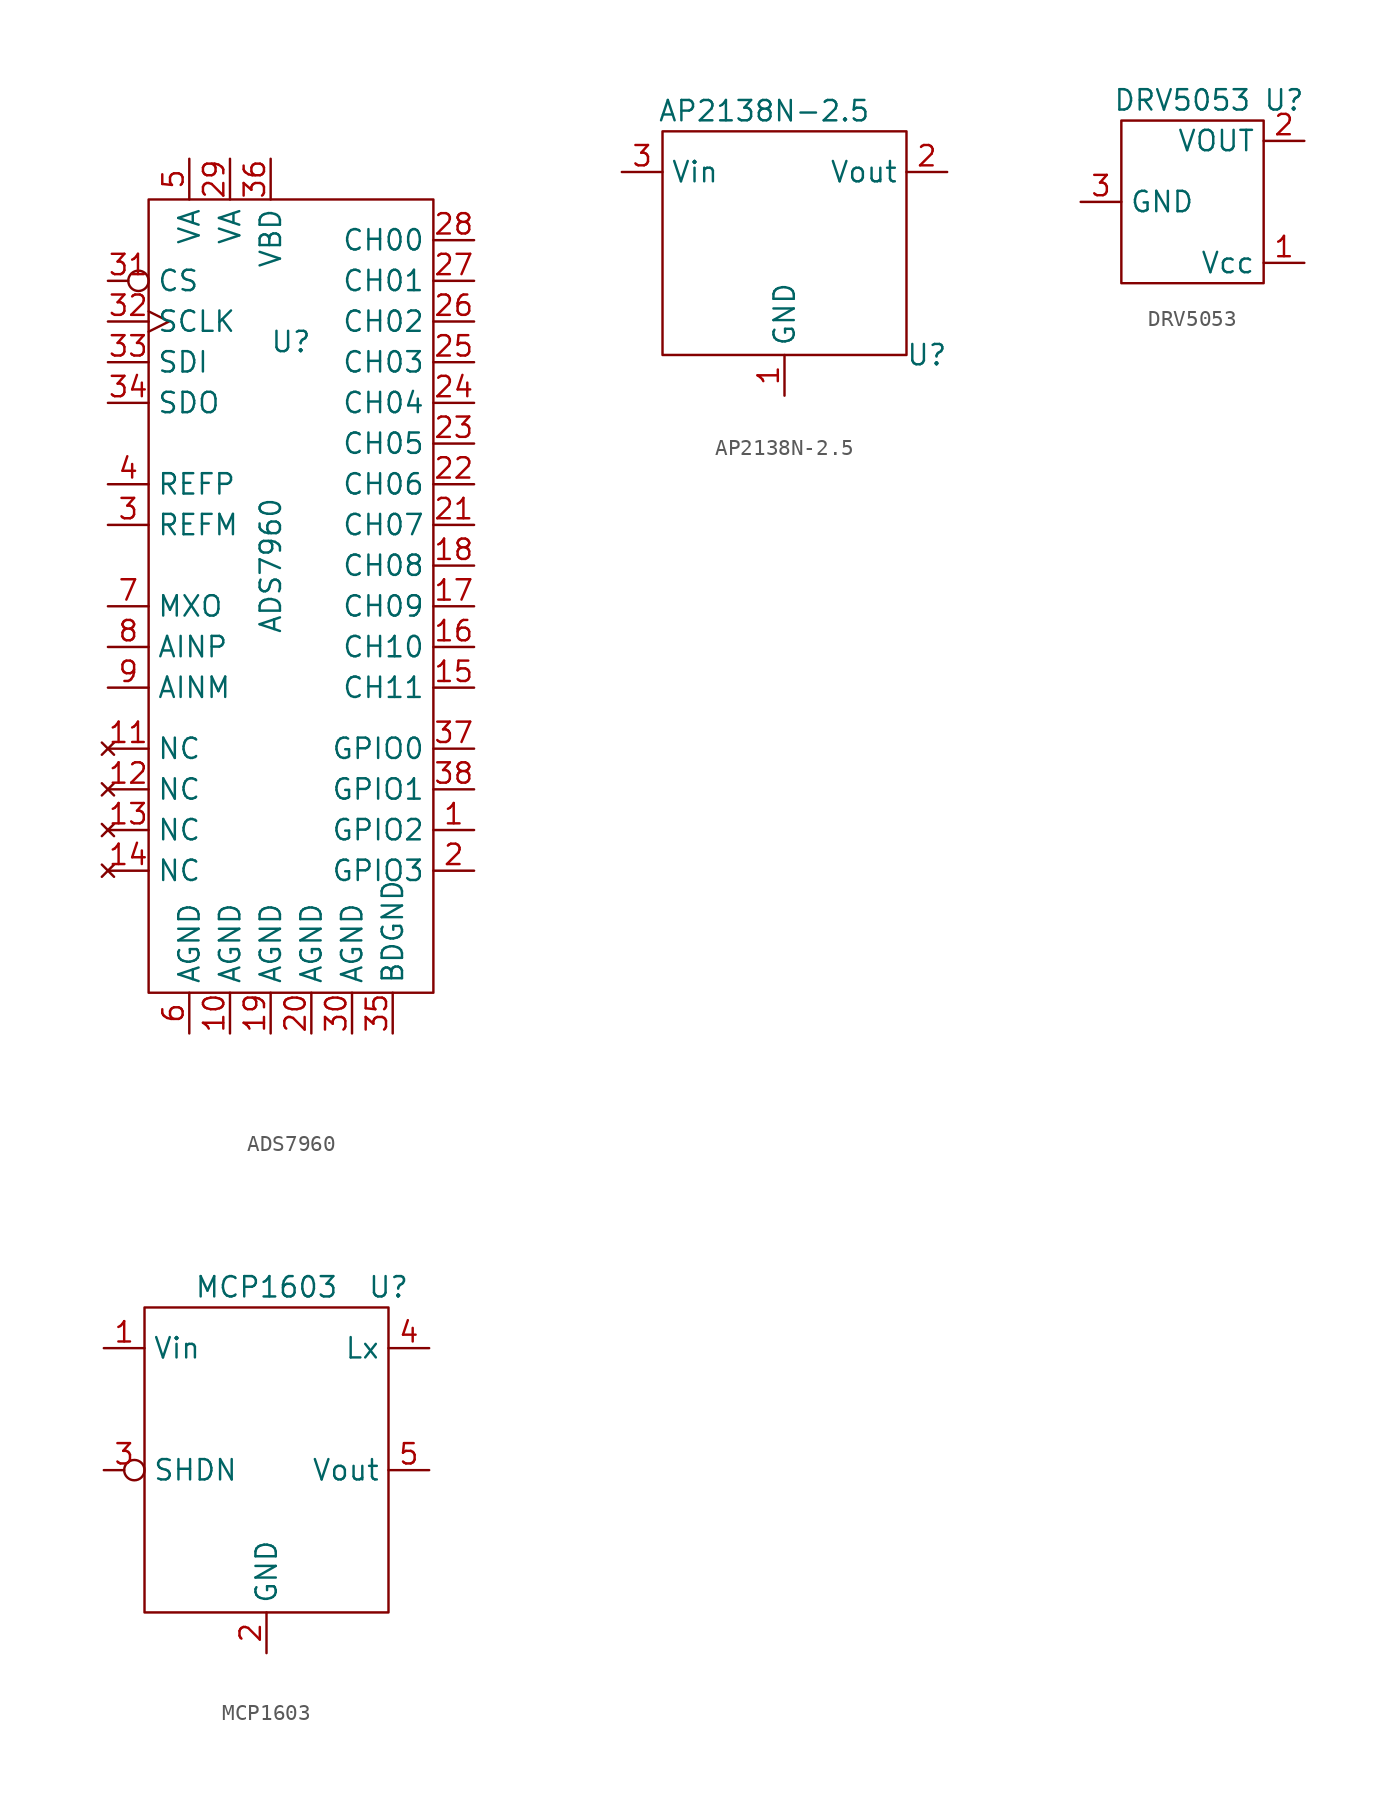
<source format=kicad_sym>
(kicad_symbol_lib
  (version 20211014)
  (generator kicad_symbol_editor)
  (symbol "ADS7960"
    (property "Reference" "U"
      (at 0 0 0)
      (effects (font (size 1.27 1.27))))
    (property "Value" "ADS7960"
      (at -1.27 -13.97 90)
      (effects (font (size 1.27 1.27))))
    (symbol "ADS7960_0_1"
      (rectangle (start -8.89 8.89) (end 8.89 -40.64) (stroke (width 0) (type default) (color 0 0 0 0)) (fill (type none))))
    (symbol "ADS7960_1_1"
      (pin bidirectional line (at 11.43 -30.48 180) (length 2.54) (name "GPIO2" (effects (font (size 1.27 1.27)))) (number "1" (effects (font (size 1.27 1.27)))))
      (pin power_in line (at -3.81 -43.18 90) (length 2.54) (name "AGND" (effects (font (size 1.27 1.27)))) (number "10" (effects (font (size 1.27 1.27)))))
      (pin no_connect line (at -11.43 -25.4 0) (length 2.54) (name "NC" (effects (font (size 1.27 1.27)))) (number "11" (effects (font (size 1.27 1.27)))))
      (pin no_connect line (at -11.43 -27.94 0) (length 2.54) (name "NC" (effects (font (size 1.27 1.27)))) (number "12" (effects (font (size 1.27 1.27)))))
      (pin no_connect line (at -11.43 -30.48 0) (length 2.54) (name "NC" (effects (font (size 1.27 1.27)))) (number "13" (effects (font (size 1.27 1.27)))))
      (pin no_connect line (at -11.43 -33.02 0) (length 2.54) (name "NC" (effects (font (size 1.27 1.27)))) (number "14" (effects (font (size 1.27 1.27)))))
      (pin input line (at 11.43 -21.59 180) (length 2.54) (name "CH11" (effects (font (size 1.27 1.27)))) (number "15" (effects (font (size 1.27 1.27)))))
      (pin input line (at 11.43 -19.05 180) (length 2.54) (name "CH10" (effects (font (size 1.27 1.27)))) (number "16" (effects (font (size 1.27 1.27)))))
      (pin input line (at 11.43 -16.51 180) (length 2.54) (name "CH09" (effects (font (size 1.27 1.27)))) (number "17" (effects (font (size 1.27 1.27)))))
      (pin input line (at 11.43 -13.97 180) (length 2.54) (name "CH08" (effects (font (size 1.27 1.27)))) (number "18" (effects (font (size 1.27 1.27)))))
      (pin power_in line (at -1.27 -43.18 90) (length 2.54) (name "AGND" (effects (font (size 1.27 1.27)))) (number "19" (effects (font (size 1.27 1.27)))))
      (pin bidirectional line (at 11.43 -33.02 180) (length 2.54) (name "GPIO3" (effects (font (size 1.27 1.27)))) (number "2" (effects (font (size 1.27 1.27)))))
      (pin power_in line (at 1.27 -43.18 90) (length 2.54) (name "AGND" (effects (font (size 1.27 1.27)))) (number "20" (effects (font (size 1.27 1.27)))))
      (pin input line (at 11.43 -11.43 180) (length 2.54) (name "CH07" (effects (font (size 1.27 1.27)))) (number "21" (effects (font (size 1.27 1.27)))))
      (pin input line (at 11.43 -8.89 180) (length 2.54) (name "CH06" (effects (font (size 1.27 1.27)))) (number "22" (effects (font (size 1.27 1.27)))))
      (pin input line (at 11.43 -6.35 180) (length 2.54) (name "CH05" (effects (font (size 1.27 1.27)))) (number "23" (effects (font (size 1.27 1.27)))))
      (pin input line (at 11.43 -3.81 180) (length 2.54) (name "CH04" (effects (font (size 1.27 1.27)))) (number "24" (effects (font (size 1.27 1.27)))))
      (pin input line (at 11.43 -1.27 180) (length 2.54) (name "CH03" (effects (font (size 1.27 1.27)))) (number "25" (effects (font (size 1.27 1.27)))))
      (pin input line (at 11.43 1.27 180) (length 2.54) (name "CH02" (effects (font (size 1.27 1.27)))) (number "26" (effects (font (size 1.27 1.27)))))
      (pin input line (at 11.43 3.81 180) (length 2.54) (name "CH01" (effects (font (size 1.27 1.27)))) (number "27" (effects (font (size 1.27 1.27)))))
      (pin input line (at 11.43 6.35 180) (length 2.54) (name "CH00" (effects (font (size 1.27 1.27)))) (number "28" (effects (font (size 1.27 1.27)))))
      (pin power_in line (at -3.81 11.43 270) (length 2.54) (name "VA" (effects (font (size 1.27 1.27)))) (number "29" (effects (font (size 1.27 1.27)))))
      (pin bidirectional line (at -11.43 -11.43 0) (length 2.54) (name "REFM" (effects (font (size 1.27 1.27)))) (number "3" (effects (font (size 1.27 1.27)))))
      (pin power_in line (at 3.81 -43.18 90) (length 2.54) (name "AGND" (effects (font (size 1.27 1.27)))) (number "30" (effects (font (size 1.27 1.27)))))
      (pin input inverted (at -11.43 3.81 0) (length 2.54) (name "CS" (effects (font (size 1.27 1.27)))) (number "31" (effects (font (size 1.27 1.27)))))
      (pin input clock (at -11.43 1.27 0) (length 2.54) (name "SCLK" (effects (font (size 1.27 1.27)))) (number "32" (effects (font (size 1.27 1.27)))))
      (pin input line (at -11.43 -1.27 0) (length 2.54) (name "SDI" (effects (font (size 1.27 1.27)))) (number "33" (effects (font (size 1.27 1.27)))))
      (pin output line (at -11.43 -3.81 0) (length 2.54) (name "SDO" (effects (font (size 1.27 1.27)))) (number "34" (effects (font (size 1.27 1.27)))))
      (pin power_in line (at 6.35 -43.18 90) (length 2.54) (name "BDGND" (effects (font (size 1.27 1.27)))) (number "35" (effects (font (size 1.27 1.27)))))
      (pin power_in line (at -1.27 11.43 270) (length 2.54) (name "VBD" (effects (font (size 1.27 1.27)))) (number "36" (effects (font (size 1.27 1.27)))))
      (pin bidirectional line (at 11.43 -25.4 180) (length 2.54) (name "GPIO0" (effects (font (size 1.27 1.27)))) (number "37" (effects (font (size 1.27 1.27)))))
      (pin bidirectional line (at 11.43 -27.94 180) (length 2.54) (name "GPIO1" (effects (font (size 1.27 1.27)))) (number "38" (effects (font (size 1.27 1.27)))))
      (pin bidirectional line (at -11.43 -8.89 0) (length 2.54) (name "REFP" (effects (font (size 1.27 1.27)))) (number "4" (effects (font (size 1.27 1.27)))))
      (pin power_in line (at -6.35 11.43 270) (length 2.54) (name "VA" (effects (font (size 1.27 1.27)))) (number "5" (effects (font (size 1.27 1.27)))))
      (pin power_in line (at -6.35 -43.18 90) (length 2.54) (name "AGND" (effects (font (size 1.27 1.27)))) (number "6" (effects (font (size 1.27 1.27)))))
      (pin bidirectional line (at -11.43 -16.51 0) (length 2.54) (name "MXO" (effects (font (size 1.27 1.27)))) (number "7" (effects (font (size 1.27 1.27)))))
      (pin bidirectional line (at -11.43 -19.05 0) (length 2.54) (name "AINP" (effects (font (size 1.27 1.27)))) (number "8" (effects (font (size 1.27 1.27)))))
      (pin bidirectional line (at -11.43 -21.59 0) (length 2.54) (name "AINM" (effects (font (size 1.27 1.27)))) (number "9" (effects (font (size 1.27 1.27)))))))
  (symbol "AP2138N-2.5"
    (property "Reference" "U"
      (at 8.89 -8.89 0)
      (effects (font (size 1.27 1.27))))
    (property "Value" "AP2138N-2.5"
      (at -1.27 6.35 0)
      (effects (font (size 1.27 1.27))))
    (symbol "AP2138N-2.5_0_1"
      (rectangle (start -7.62 5.08) (end 7.62 -8.89) (stroke (width 0) (type default) (color 0 0 0 0)) (fill (type none))))
    (symbol "AP2138N-2.5_1_1"
      (pin power_in line (at 0 -11.43 90) (length 2.54) (name "GND" (effects (font (size 1.27 1.27)))) (number "1" (effects (font (size 1.27 1.27)))))
      (pin power_out line (at 10.16 2.54 180) (length 2.54) (name "Vout" (effects (font (size 1.27 1.27)))) (number "2" (effects (font (size 1.27 1.27)))))
      (pin power_in line (at -10.16 2.54 0) (length 2.54) (name "Vin" (effects (font (size 1.27 1.27)))) (number "3" (effects (font (size 1.27 1.27)))))))
  (symbol "DRV5053"
    (property "Reference" "U"
      (at 3.81 0 0)
      (effects (font (size 1.27 1.27))))
    (property "Value" "DRV5053"
      (at -2.54 0 0)
      (effects (font (size 1.27 1.27))))
    (symbol "DRV5053_0_1"
      (rectangle (start -6.35 -1.27) (end 2.54 -11.43) (stroke (width 0) (type default) (color 0 0 0 0)) (fill (type none))))
    (symbol "DRV5053_1_1"
      (pin power_in line (at 5.08 -10.16 180) (length 2.54) (name "Vcc" (effects (font (size 1.27 1.27)))) (number "1" (effects (font (size 1.27 1.27)))))
      (pin output line (at 5.08 -2.54 180) (length 2.54) (name "VOUT" (effects (font (size 1.27 1.27)))) (number "2" (effects (font (size 1.27 1.27)))))
      (pin power_in line (at -8.89 -6.35 0) (length 2.54) (name "GND" (effects (font (size 1.27 1.27)))) (number "3" (effects (font (size 1.27 1.27)))))))
  (symbol "MCP1603"
    (property "Reference" "U"
      (at 7.62 11.43 0)
      (effects (font (size 1.27 1.27))))
    (property "Value" "MCP1603"
      (at 0 11.43 0)
      (effects (font (size 1.27 1.27))))
    (symbol "MCP1603_0_1"
      (rectangle (start -7.62 10.16) (end 7.62 -8.89) (stroke (width 0) (type default) (color 0 0 0 0)) (fill (type none))))
    (symbol "MCP1603_1_1"
      (pin power_in line (at -10.16 7.62 0) (length 2.54) (name "Vin" (effects (font (size 1.27 1.27)))) (number "1" (effects (font (size 1.27 1.27)))))
      (pin power_in line (at 0 -11.43 90) (length 2.54) (name "GND" (effects (font (size 1.27 1.27)))) (number "2" (effects (font (size 1.27 1.27)))))
      (pin input inverted (at -10.16 0 0) (length 2.54) (name "SHDN" (effects (font (size 1.27 1.27)))) (number "3" (effects (font (size 1.27 1.27)))))
      (pin output line (at 10.16 7.62 180) (length 2.54) (name "Lx" (effects (font (size 1.27 1.27)))) (number "4" (effects (font (size 1.27 1.27)))))
      (pin power_out line (at 10.16 0 180) (length 2.54) (name "Vout" (effects (font (size 1.27 1.27)))) (number "5" (effects (font (size 1.27 1.27))))))))
</source>
